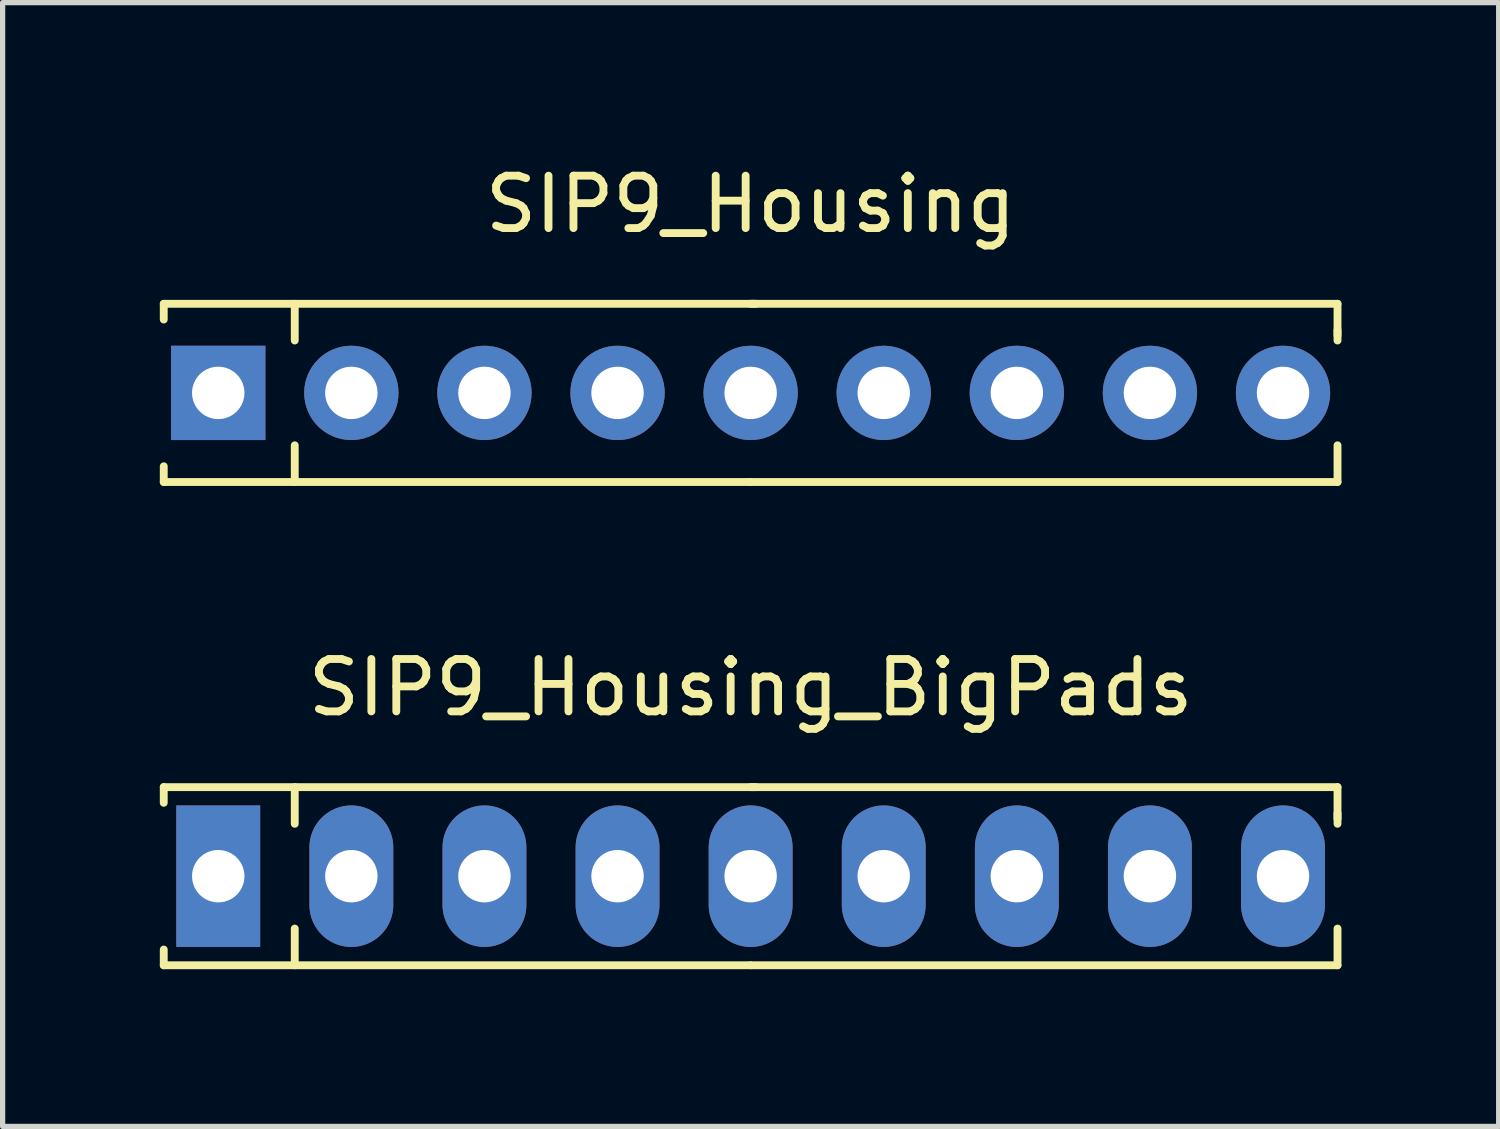
<source format=kicad_pcb>
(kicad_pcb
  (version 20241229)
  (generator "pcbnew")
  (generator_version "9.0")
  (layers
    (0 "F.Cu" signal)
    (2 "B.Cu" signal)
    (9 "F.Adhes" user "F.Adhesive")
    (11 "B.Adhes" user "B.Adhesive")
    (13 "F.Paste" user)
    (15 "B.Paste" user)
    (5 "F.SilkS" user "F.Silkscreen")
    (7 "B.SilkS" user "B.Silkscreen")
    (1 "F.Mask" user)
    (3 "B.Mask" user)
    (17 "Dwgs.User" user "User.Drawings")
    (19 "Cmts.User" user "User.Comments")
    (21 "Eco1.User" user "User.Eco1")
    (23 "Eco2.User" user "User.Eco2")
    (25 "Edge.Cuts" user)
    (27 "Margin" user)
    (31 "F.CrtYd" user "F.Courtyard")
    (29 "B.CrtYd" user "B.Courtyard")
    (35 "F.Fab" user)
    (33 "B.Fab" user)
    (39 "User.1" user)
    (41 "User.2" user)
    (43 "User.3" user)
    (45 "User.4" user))
  (footprint "SIP9_Housing_BigPads"
    (layer "F.Cu")
    (at 11.275 13.671)
    (property "Reference" "SIP9_Housing_BigPads" (at 0 -3.6 0) (layer "F.SilkS") (effects (font (size 1 1) (thickness 0.15))))
    (attr through_hole)
    (fp_line (start -11.2 -1.7) (end -11.2 -1.4) (stroke (width 0.15) (type solid)) (layer "F.SilkS"))
    (fp_line (start -11.2 1.7) (end -11.2 1.4) (stroke (width 0.15) (type solid)) (layer "F.SilkS"))
    (fp_line (start -8.7 -1.7) (end -8.7 -1) (stroke (width 0.15) (type solid)) (layer "F.SilkS"))
    (fp_line (start -8.7 1.7) (end -8.7 1) (stroke (width 0.15) (type solid)) (layer "F.SilkS"))
    (fp_line (start 0 -1.7) (end 11.2 -1.7) (stroke (width 0.15) (type solid)) (layer "F.SilkS"))
    (fp_line (start 0 1.7) (end -11.2 1.7) (stroke (width 0.15) (type solid)) (layer "F.SilkS"))
    (fp_line (start 0 1.7) (end 11.2 1.7) (stroke (width 0.15) (type solid)) (layer "F.SilkS"))
    (fp_line (start 0.1 -1.7) (end -11.2 -1.7) (stroke (width 0.15) (type solid)) (layer "F.SilkS"))
    (fp_line (start 11.2 -1.7) (end 11.2 -1.1) (stroke (width 0.15) (type solid)) (layer "F.SilkS"))
    (fp_line (start 11.2 -1.2) (end 11.2 -1) (stroke (width 0.15) (type solid)) (layer "F.SilkS"))
    (fp_line (start 11.2 1.7) (end 11.2 1) (stroke (width 0.15) (type solid)) (layer "F.SilkS"))
    (pad "1" thru_hole rect (at -10.16 0 90) (size 2.7 1.6) (drill 1) (layers "*.Cu" "*.Mask"))
    (pad "2" thru_hole oval (at -7.62 0 90) (size 2.7 1.6) (drill 1) (layers "*.Cu" "*.Mask"))
    (pad "3" thru_hole oval (at -5.08 0 90) (size 2.7 1.6) (drill 1) (layers "*.Cu" "*.Mask"))
    (pad "4" thru_hole oval (at -2.54 0 90) (size 2.7 1.6) (drill 1) (layers "*.Cu" "*.Mask"))
    (pad "5" thru_hole oval (at 0 0 90) (size 2.7 1.6) (drill 1) (layers "*.Cu" "*.Mask"))
    (pad "6" thru_hole oval (at 2.54 0 90) (size 2.7 1.6) (drill 1) (layers "*.Cu" "*.Mask"))
    (pad "7" thru_hole oval (at 5.08 0 90) (size 2.7 1.6) (drill 1) (layers "*.Cu" "*.Mask"))
    (pad "8" thru_hole oval (at 7.62 0 90) (size 2.7 1.6) (drill 1) (layers "*.Cu" "*.Mask"))
    (pad "9" thru_hole oval (at 10.16 0 90) (size 2.7 1.6) (drill 1) (layers "*.Cu" "*.Mask")))
  (footprint "SIP9_Housing"
    (layer "F.Cu")
    (at 11.275 4.448)
    (property "Reference" "SIP9_Housing" (at 0 -3.6 0) (layer "F.SilkS") (effects (font (size 1 1) (thickness 0.15))))
    (attr through_hole)
    (fp_line (start -11.2 -1.7) (end -11.2 -1.4) (stroke (width 0.15) (type solid)) (layer "F.SilkS"))
    (fp_line (start -11.2 1.7) (end -11.2 1.4) (stroke (width 0.15) (type solid)) (layer "F.SilkS"))
    (fp_line (start -8.7 -1.7) (end -8.7 -1) (stroke (width 0.15) (type solid)) (layer "F.SilkS"))
    (fp_line (start -8.7 1.7) (end -8.7 1) (stroke (width 0.15) (type solid)) (layer "F.SilkS"))
    (fp_line (start 0 -1.7) (end 11.2 -1.7) (stroke (width 0.15) (type solid)) (layer "F.SilkS"))
    (fp_line (start 0 1.7) (end -11.2 1.7) (stroke (width 0.15) (type solid)) (layer "F.SilkS"))
    (fp_line (start 0 1.7) (end 11.2 1.7) (stroke (width 0.15) (type solid)) (layer "F.SilkS"))
    (fp_line (start 0.1 -1.7) (end -11.2 -1.7) (stroke (width 0.15) (type solid)) (layer "F.SilkS"))
    (fp_line (start 11.2 -1.7) (end 11.2 -1.1) (stroke (width 0.15) (type solid)) (layer "F.SilkS"))
    (fp_line (start 11.2 -1.2) (end 11.2 -1) (stroke (width 0.15) (type solid)) (layer "F.SilkS"))
    (fp_line (start 11.2 1.7) (end 11.2 1) (stroke (width 0.15) (type solid)) (layer "F.SilkS"))
    (pad "1" thru_hole rect (at -10.16 0 90) (size 1.8 1.8) (drill 1) (layers "*.Cu" "*.Mask"))
    (pad "2" thru_hole circle (at -7.62 0 90) (size 1.8 1.8) (drill 1) (layers "*.Cu" "*.Mask"))
    (pad "3" thru_hole circle (at -5.08 0 90) (size 1.8 1.8) (drill 1) (layers "*.Cu" "*.Mask"))
    (pad "4" thru_hole circle (at -2.54 0 90) (size 1.8 1.8) (drill 1) (layers "*.Cu" "*.Mask"))
    (pad "5" thru_hole circle (at 0 0 90) (size 1.8 1.8) (drill 1) (layers "*.Cu" "*.Mask"))
    (pad "6" thru_hole circle (at 2.54 0 90) (size 1.8 1.8) (drill 1) (layers "*.Cu" "*.Mask"))
    (pad "7" thru_hole circle (at 5.08 0 90) (size 1.8 1.8) (drill 1) (layers "*.Cu" "*.Mask"))
    (pad "8" thru_hole circle (at 7.62 0 90) (size 1.8 1.8) (drill 1) (layers "*.Cu" "*.Mask"))
    (pad "9" thru_hole circle (at 10.16 0 90) (size 1.8 1.8) (drill 1) (layers "*.Cu" "*.Mask")))
  (gr_rect
    (start -3 -3)
    (end 25.55 18.447)
    (stroke (width 0.1) (type default))
    (fill no)
    (layer "Edge.Cuts")))
</source>
